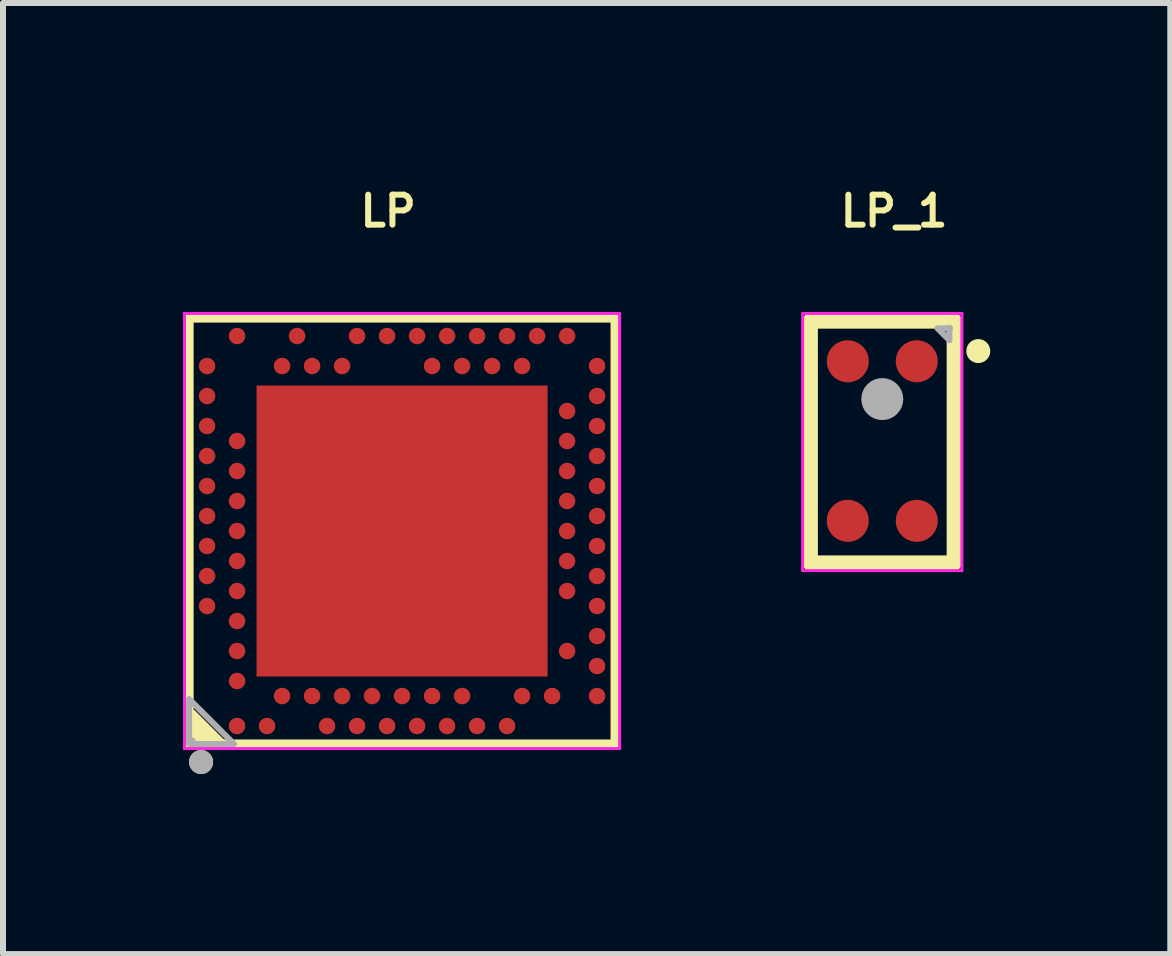
<source format=kicad_pcb>
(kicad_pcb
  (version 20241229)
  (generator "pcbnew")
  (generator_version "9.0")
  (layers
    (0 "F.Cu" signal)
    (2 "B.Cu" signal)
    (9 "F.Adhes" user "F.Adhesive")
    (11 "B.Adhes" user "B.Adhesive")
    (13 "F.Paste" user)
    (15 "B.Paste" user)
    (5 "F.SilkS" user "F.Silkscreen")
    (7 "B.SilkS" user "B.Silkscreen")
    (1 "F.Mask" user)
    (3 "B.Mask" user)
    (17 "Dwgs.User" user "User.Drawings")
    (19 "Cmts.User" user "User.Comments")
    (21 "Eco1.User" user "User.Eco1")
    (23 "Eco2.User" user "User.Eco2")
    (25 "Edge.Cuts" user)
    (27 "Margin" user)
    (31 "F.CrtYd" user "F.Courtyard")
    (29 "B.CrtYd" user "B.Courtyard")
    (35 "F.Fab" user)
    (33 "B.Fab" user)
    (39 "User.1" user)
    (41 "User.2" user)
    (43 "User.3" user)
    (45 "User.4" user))
  (footprint "LP_1"
    (layer "F.Cu")
    (at 11.654 4.317)
    (property "Reference" "LP_1" (at -0.75 -3.849 0) (layer "F.SilkS") (effects (font (size 0.5 0.5) (thickness 0.1)) (justify left)))
    (fp_line (start -1.2 -2.016) (end -1.2 2.016) (stroke (width 0.254) (type solid)) (layer "F.SilkS"))
    (fp_line (start -1.2 -2.016) (end 1.2 -2.016) (stroke (width 0.254) (type solid)) (layer "F.SilkS"))
    (fp_line (start -1.2 2.016) (end 1.2 2.016) (stroke (width 0.254) (type solid)) (layer "F.SilkS"))
    (fp_line (start 1.2 -2.016) (end 1.2 1.984) (stroke (width 0.254) (type solid)) (layer "F.SilkS"))
    (fp_arc (start 1.7 -1.516) (mid 1.5 -1.516) (end 1.7 -1.516) (stroke (width 0.2) (type solid)) (layer "F.SilkS"))
    (fp_line (start -1.327 -2.143) (end -1.327 2.143) (stroke (width 0.05) (type solid)) (layer "F.CrtYd"))
    (fp_line (start -1.327 2.143) (end 1.327 2.143) (stroke (width 0.05) (type solid)) (layer "F.CrtYd"))
    (fp_line (start 1.327 -2.143) (end -1.327 -2.143) (stroke (width 0.05) (type solid)) (layer "F.CrtYd"))
    (fp_line (start 1.327 2.143) (end 1.327 -2.143) (stroke (width 0.05) (type solid)) (layer "F.CrtYd"))
    (fp_arc (start 0.175 -0.716) (mid -0.175 -0.716) (end 0.175 -0.716) (stroke (width 0.35) (type solid)) (layer "F.Fab"))
    (fp_arc (start 1.15 -1.896) (mid 1.09 -1.896) (end 1.15 -1.896) (stroke (width 0.06) (type solid)) (layer "F.Fab"))
    (fp_poly (pts (xy 1.12 -1.896) (xy 0.92 -1.896) (xy 1.12 -1.696) (xy 1.12 -1.896)) (stroke (width 0.1) (type solid)) (fill no) (layer "F.Fab"))
    (pad "1" smd circle (at 0.575 -1.346) (size 0.7 0.7) (layers "F.Cu" "F.Mask" "F.Paste"))
    (pad "2" smd circle (at 0.575 1.313) (size 0.7 0.7) (layers "F.Cu" "F.Mask" "F.Paste"))
    (pad "3" smd circle (at -0.575 1.313) (size 0.7 0.7) (layers "F.Cu" "F.Mask" "F.Paste"))
    (pad "4" smd circle (at -0.575 -1.346) (size 0.7 0.7) (layers "F.Cu" "F.Mask" "F.Paste")))
  (footprint "LP"
    (layer "F.Cu")
    (at 3.651 5.8)
    (property "Reference" "LP" (at -0.75 -5.332 0) (layer "F.SilkS") (effects (font (size 0.5 0.5) (thickness 0.1)) (justify left)))
    (fp_line (start -3.55 -3.55) (end -3.55 3.55) (stroke (width 0.152) (type solid)) (layer "F.SilkS"))
    (fp_line (start -3.55 3.55) (end 3.55 3.55) (stroke (width 0.152) (type solid)) (layer "F.SilkS"))
    (fp_line (start -3.5 3.05) (end -3 3.55) (stroke (width 0.152) (type solid)) (layer "F.SilkS"))
    (fp_line (start -3 3.55) (end -2.991 3.55) (stroke (width 0.152) (type solid)) (layer "F.SilkS"))
    (fp_line (start 3.55 -3.55) (end -3.55 -3.55) (stroke (width 0.152) (type solid)) (layer "F.SilkS"))
    (fp_line (start 3.55 3.55) (end 3.55 -3.55) (stroke (width 0.152) (type solid)) (layer "F.SilkS"))
    (fp_arc (start -3.25 3.85) (mid -3.45 3.85) (end -3.25 3.85) (stroke (width 0.2) (type solid)) (layer "F.SilkS"))
    (fp_poly (pts (xy -3.55 3.55) (xy -3.55 3) (xy -3 3.55) (xy -3.55 3.55)) (stroke (width 0) (type solid)) (fill yes) (layer "F.SilkS"))
    (fp_line (start -3.626 -3.626) (end -3.626 3.626) (stroke (width 0.05) (type solid)) (layer "F.CrtYd"))
    (fp_line (start -3.626 3.626) (end 3.626 3.626) (stroke (width 0.05) (type solid)) (layer "F.CrtYd"))
    (fp_line (start 3.626 -3.626) (end -3.626 -3.626) (stroke (width 0.05) (type solid)) (layer "F.CrtYd"))
    (fp_line (start 3.626 3.626) (end 3.626 -3.626) (stroke (width 0.05) (type solid)) (layer "F.CrtYd"))
    (fp_arc (start -3.47 3.5) (mid -3.53 3.5) (end -3.47 3.5) (stroke (width 0.06) (type solid)) (layer "F.Fab"))
    (fp_arc (start -3.25 3.85) (mid -3.45 3.85) (end -3.25 3.85) (stroke (width 0.2) (type solid)) (layer "F.Fab"))
    (fp_poly (pts (xy -3.55 2.8) (xy -3.55 3.55) (xy -2.8 3.55) (xy -3.55 2.8)) (stroke (width 0.1) (type solid)) (fill no) (layer "F.Fab"))
    (pad "74" smd rect (at 0 0) (size 4.85 4.85) (layers "F.Cu" "F.Mask" "F.Paste"))
    (pad "A8" smd circle (at -3.25 1.25) (size 0.275 0.275) (layers "F.Cu" "F.Mask" "F.Paste"))
    (pad "A10" smd circle (at -3.25 0.75) (size 0.275 0.275) (layers "F.Cu" "F.Mask" "F.Paste"))
    (pad "A12" smd circle (at -3.25 0.25) (size 0.275 0.275) (layers "F.Cu" "F.Mask" "F.Paste"))
    (pad "A14" smd circle (at -3.25 -0.25) (size 0.275 0.275) (layers "F.Cu" "F.Mask" "F.Paste"))
    (pad "A16" smd circle (at -3.25 -0.75) (size 0.275 0.275) (layers "F.Cu" "F.Mask" "F.Paste"))
    (pad "A18" smd circle (at -3.25 -1.25) (size 0.275 0.275) (layers "F.Cu" "F.Mask" "F.Paste"))
    (pad "A20" smd circle (at -3.25 -1.75) (size 0.275 0.275) (layers "F.Cu" "F.Mask" "F.Paste"))
    (pad "A22" smd circle (at -3.25 -2.25) (size 0.275 0.275) (layers "F.Cu" "F.Mask" "F.Paste"))
    (pad "A23" smd circle (at -3.25 -2.75) (size 0.275 0.275) (layers "F.Cu" "F.Mask" "F.Paste"))
    (pad "AA24" smd circle (at 2.25 -3.25) (size 0.275 0.275) (layers "F.Cu" "F.Mask" "F.Paste"))
    (pad "AB2" smd circle (at 2.5 2.75) (size 0.275 0.275) (layers "F.Cu" "F.Mask" "F.Paste"))
    (pad "AC5" smd circle (at 2.75 2) (size 0.275 0.275) (layers "F.Cu" "F.Mask" "F.Paste"))
    (pad "AC9" smd circle (at 2.75 1) (size 0.275 0.275) (layers "F.Cu" "F.Mask" "F.Paste"))
    (pad "AC11" smd circle (at 2.75 0.5) (size 0.275 0.275) (layers "F.Cu" "F.Mask" "F.Paste"))
    (pad "AC13" smd circle (at 2.75 0) (size 0.275 0.275) (layers "F.Cu" "F.Mask" "F.Paste"))
    (pad "AC15" smd circle (at 2.75 -0.5) (size 0.275 0.275) (layers "F.Cu" "F.Mask" "F.Paste"))
    (pad "AC17" smd circle (at 2.75 -1) (size 0.275 0.275) (layers "F.Cu" "F.Mask" "F.Paste"))
    (pad "AC19" smd circle (at 2.75 -1.5) (size 0.275 0.275) (layers "F.Cu" "F.Mask" "F.Paste"))
    (pad "AC21" smd circle (at 2.75 -2) (size 0.275 0.275) (layers "F.Cu" "F.Mask" "F.Paste"))
    (pad "AC24" smd circle (at 2.75 -3.25) (size 0.275 0.275) (layers "F.Cu" "F.Mask" "F.Paste"))
    (pad "AD2" smd circle (at 3.25 2.75) (size 0.275 0.275) (layers "F.Cu" "F.Mask" "F.Paste"))
    (pad "AD4" smd circle (at 3.25 2.25) (size 0.275 0.275) (layers "F.Cu" "F.Mask" "F.Paste"))
    (pad "AD6" smd circle (at 3.25 1.75) (size 0.275 0.275) (layers "F.Cu" "F.Mask" "F.Paste"))
    (pad "AD8" smd circle (at 3.25 1.25) (size 0.275 0.275) (layers "F.Cu" "F.Mask" "F.Paste"))
    (pad "AD10" smd circle (at 3.25 0.75) (size 0.275 0.275) (layers "F.Cu" "F.Mask" "F.Paste"))
    (pad "AD12" smd circle (at 3.25 0.25) (size 0.275 0.275) (layers "F.Cu" "F.Mask" "F.Paste"))
    (pad "AD14" smd circle (at 3.25 -0.25) (size 0.275 0.275) (layers "F.Cu" "F.Mask" "F.Paste"))
    (pad "AD16" smd circle (at 3.25 -0.75) (size 0.275 0.275) (layers "F.Cu" "F.Mask" "F.Paste"))
    (pad "AD18" smd circle (at 3.25 -1.25) (size 0.275 0.275) (layers "F.Cu" "F.Mask" "F.Paste"))
    (pad "AD20" smd circle (at 3.25 -1.75) (size 0.275 0.275) (layers "F.Cu" "F.Mask" "F.Paste"))
    (pad "AD22" smd circle (at 3.25 -2.25) (size 0.275 0.275) (layers "F.Cu" "F.Mask" "F.Paste"))
    (pad "AD23" smd circle (at 3.25 -2.75) (size 0.275 0.275) (layers "F.Cu" "F.Mask" "F.Paste"))
    (pad "B1" smd circle (at -2.75 3.25) (size 0.275 0.275) (layers "F.Cu" "F.Mask" "F.Paste"))
    (pad "B3" smd circle (at -2.75 2.5) (size 0.275 0.275) (layers "F.Cu" "F.Mask" "F.Paste"))
    (pad "B5" smd circle (at -2.75 2) (size 0.275 0.275) (layers "F.Cu" "F.Mask" "F.Paste"))
    (pad "B7" smd circle (at -2.75 1.5) (size 0.275 0.275) (layers "F.Cu" "F.Mask" "F.Paste"))
    (pad "B9" smd circle (at -2.75 1) (size 0.275 0.275) (layers "F.Cu" "F.Mask" "F.Paste"))
    (pad "B11" smd circle (at -2.75 0.5) (size 0.275 0.275) (layers "F.Cu" "F.Mask" "F.Paste"))
    (pad "B13" smd circle (at -2.75 0) (size 0.275 0.275) (layers "F.Cu" "F.Mask" "F.Paste"))
    (pad "B15" smd circle (at -2.75 -0.5) (size 0.275 0.275) (layers "F.Cu" "F.Mask" "F.Paste"))
    (pad "B17" smd circle (at -2.75 -1) (size 0.275 0.275) (layers "F.Cu" "F.Mask" "F.Paste"))
    (pad "B19" smd circle (at -2.75 -1.5) (size 0.275 0.275) (layers "F.Cu" "F.Mask" "F.Paste"))
    (pad "B24" smd circle (at -2.75 -3.25) (size 0.275 0.275) (layers "F.Cu" "F.Mask" "F.Paste"))
    (pad "C1" smd circle (at -2.25 3.25) (size 0.275 0.275) (layers "F.Cu" "F.Mask" "F.Paste"))
    (pad "D2" smd circle (at -2 2.75) (size 0.275 0.275) (layers "F.Cu" "F.Mask" "F.Paste"))
    (pad "D23" smd circle (at -2 -2.75) (size 0.275 0.275) (layers "F.Cu" "F.Mask" "F.Paste"))
    (pad "E24" smd circle (at -1.75 -3.25) (size 0.275 0.275) (layers "F.Cu" "F.Mask" "F.Paste"))
    (pad "F2" smd circle (at -1.5 2.75) (size 0.275 0.275) (layers "F.Cu" "F.Mask" "F.Paste"))
    (pad "F23" smd circle (at -1.5 -2.75) (size 0.275 0.275) (layers "F.Cu" "F.Mask" "F.Paste"))
    (pad "G1" smd circle (at -1.25 3.25) (size 0.275 0.275) (layers "F.Cu" "F.Mask" "F.Paste"))
    (pad "H2" smd circle (at -1 2.75) (size 0.275 0.275) (layers "F.Cu" "F.Mask" "F.Paste"))
    (pad "H23" smd circle (at -1 -2.75) (size 0.275 0.275) (layers "F.Cu" "F.Mask" "F.Paste"))
    (pad "J1" smd circle (at -0.75 3.25) (size 0.275 0.275) (layers "F.Cu" "F.Mask" "F.Paste"))
    (pad "J24" smd circle (at -0.75 -3.25) (size 0.275 0.275) (layers "F.Cu" "F.Mask" "F.Paste"))
    (pad "K2" smd circle (at -0.5 2.75) (size 0.275 0.275) (layers "F.Cu" "F.Mask" "F.Paste"))
    (pad "L1" smd circle (at -0.25 3.25) (size 0.275 0.275) (layers "F.Cu" "F.Mask" "F.Paste"))
    (pad "L24" smd circle (at -0.25 -3.25) (size 0.275 0.275) (layers "F.Cu" "F.Mask" "F.Paste"))
    (pad "M2" smd circle (at 0 2.75) (size 0.275 0.275) (layers "F.Cu" "F.Mask" "F.Paste"))
    (pad "N1" smd circle (at 0.25 3.25) (size 0.275 0.275) (layers "F.Cu" "F.Mask" "F.Paste"))
    (pad "N24" smd circle (at 0.25 -3.25) (size 0.275 0.275) (layers "F.Cu" "F.Mask" "F.Paste"))
    (pad "P2" smd circle (at 0.5 2.75) (size 0.275 0.275) (layers "F.Cu" "F.Mask" "F.Paste"))
    (pad "P23" smd circle (at 0.5 -2.75) (size 0.275 0.275) (layers "F.Cu" "F.Mask" "F.Paste"))
    (pad "R1" smd circle (at 0.75 3.25) (size 0.275 0.275) (layers "F.Cu" "F.Mask" "F.Paste"))
    (pad "R24" smd circle (at 0.75 -3.25) (size 0.275 0.275) (layers "F.Cu" "F.Mask" "F.Paste"))
    (pad "T2" smd circle (at 1 2.75) (size 0.275 0.275) (layers "F.Cu" "F.Mask" "F.Paste"))
    (pad "T23" smd circle (at 1 -2.75) (size 0.275 0.275) (layers "F.Cu" "F.Mask" "F.Paste"))
    (pad "U1" smd circle (at 1.25 3.25) (size 0.275 0.275) (layers "F.Cu" "F.Mask" "F.Paste"))
    (pad "U24" smd circle (at 1.25 -3.25) (size 0.275 0.275) (layers "F.Cu" "F.Mask" "F.Paste"))
    (pad "V23" smd circle (at 1.5 -2.75) (size 0.275 0.275) (layers "F.Cu" "F.Mask" "F.Paste"))
    (pad "W1" smd circle (at 1.75 3.25) (size 0.275 0.275) (layers "F.Cu" "F.Mask" "F.Paste"))
    (pad "W24" smd circle (at 1.75 -3.25) (size 0.275 0.275) (layers "F.Cu" "F.Mask" "F.Paste"))
    (pad "Y2" smd circle (at 2 2.75) (size 0.275 0.275) (layers "F.Cu" "F.Mask" "F.Paste"))
    (pad "Y23" smd circle (at 2 -2.75) (size 0.275 0.275) (layers "F.Cu" "F.Mask" "F.Paste")))
  (gr_rect
    (start -3 -3)
    (end 16.454 12.85)
    (stroke (width 0.1) (type default))
    (fill no)
    (layer "Edge.Cuts")))
</source>
